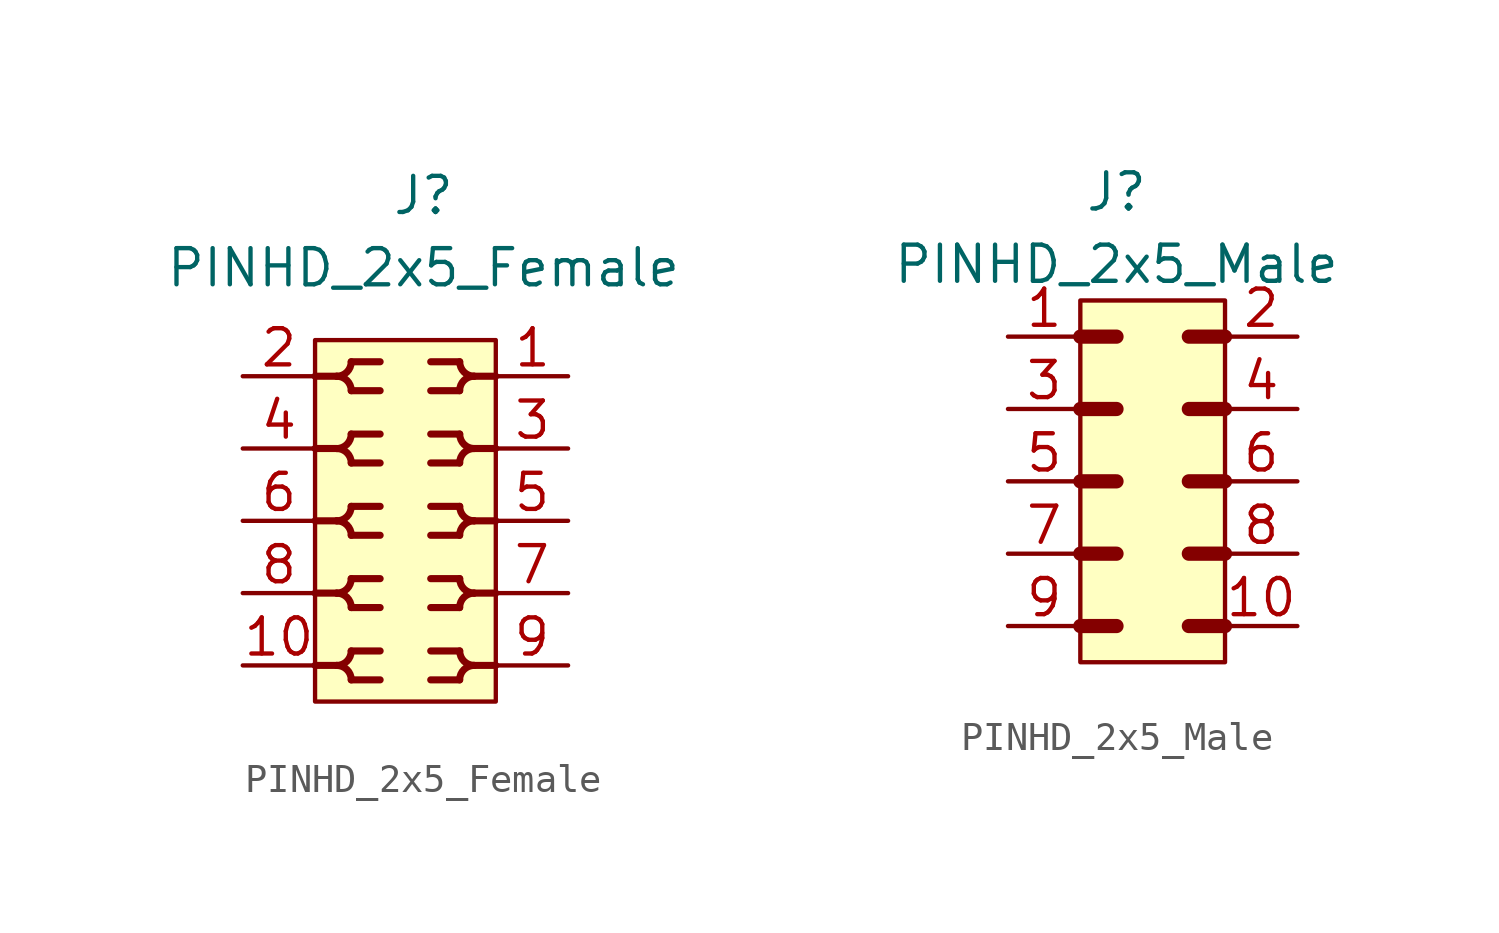
<source format=kicad_sym>
(kicad_symbol_lib
  (version 20211014)
  (generator kicad_symbol_editor)
  (symbol "PINHD_2x5_Female"
    (property "Reference" "J"
      (at 0 11.43 0)
      (effects (font (size 1.27 1.27))))
    (property "Value" "PINHD_2x5_Female"
      (at 0 8.89 0)
      (effects (font (size 1.27 1.27))))
    (symbol "PINHD_2x5_Female_0_1"
      (rectangle (start -3.81 6.35) (end 2.54 -6.35) (stroke (width 0) (type default) (color 0 0 0 0)) (fill (type background)))
      (arc (start -3.048 -5.08) (mid -2.1808 -5.4392) (end -2.54 -4.572) (stroke (width 0.25) (type default) (color 0 0 0 0)) (fill (type none)))
      (arc (start -3.048 -2.54) (mid -2.1808 -2.8992) (end -2.54 -2.032) (stroke (width 0.25) (type default) (color 0 0 0 0)) (fill (type none)))
      (arc (start -3.048 0) (mid -2.1808 -0.3592) (end -2.54 0.508) (stroke (width 0.25) (type default) (color 0 0 0 0)) (fill (type none)))
      (arc (start -3.048 2.54) (mid -2.1808 2.1808) (end -2.54 3.048) (stroke (width 0.25) (type default) (color 0 0 0 0)) (fill (type none)))
      (arc (start -3.048 5.08) (mid -2.1808 4.7208) (end -2.54 5.588) (stroke (width 0.25) (type default) (color 0 0 0 0)) (fill (type none)))
      (arc (start -2.54 -5.588) (mid -2.1808 -4.7208) (end -3.048 -5.08) (stroke (width 0.25) (type default) (color 0 0 0 0)) (fill (type none)))
      (arc (start -2.54 -3.048) (mid -2.1808 -2.1808) (end -3.048 -2.54) (stroke (width 0.25) (type default) (color 0 0 0 0)) (fill (type none)))
      (arc (start -2.54 -0.508) (mid -2.1808 0.3592) (end -3.048 0) (stroke (width 0.25) (type default) (color 0 0 0 0)) (fill (type none)))
      (arc (start -2.54 2.032) (mid -2.1808 2.8992) (end -3.048 2.54) (stroke (width 0.25) (type default) (color 0 0 0 0)) (fill (type none)))
      (arc (start -2.54 4.572) (mid -2.1808 5.4392) (end -3.048 5.08) (stroke (width 0.25) (type default) (color 0 0 0 0)) (fill (type none)))
      (polyline (pts (xy -3.81 -5.08) (xy -3.048 -5.08)) (stroke (width 0.25) (type default) (color 0 0 0 0)) (fill (type none)))
      (polyline (pts (xy -3.81 -2.54) (xy -3.048 -2.54)) (stroke (width 0.25) (type default) (color 0 0 0 0)) (fill (type none)))
      (polyline (pts (xy -3.81 0) (xy -3.048 0)) (stroke (width 0.25) (type default) (color 0 0 0 0)) (fill (type none)))
      (polyline (pts (xy -3.81 2.54) (xy -3.048 2.54)) (stroke (width 0.25) (type default) (color 0 0 0 0)) (fill (type none)))
      (polyline (pts (xy -3.81 5.08) (xy -3.048 5.08)) (stroke (width 0.25) (type default) (color 0 0 0 0)) (fill (type none)))
      (polyline (pts (xy -2.54 -5.588) (xy -1.524 -5.588)) (stroke (width 0.25) (type default) (color 0 0 0 0)) (fill (type none)))
      (polyline (pts (xy -2.54 -4.572) (xy -1.524 -4.572)) (stroke (width 0.25) (type default) (color 0 0 0 0)) (fill (type none)))
      (polyline (pts (xy -2.54 -3.048) (xy -1.524 -3.048)) (stroke (width 0.25) (type default) (color 0 0 0 0)) (fill (type none)))
      (polyline (pts (xy -2.54 -2.032) (xy -1.524 -2.032)) (stroke (width 0.25) (type default) (color 0 0 0 0)) (fill (type none)))
      (polyline (pts (xy -2.54 -0.508) (xy -1.524 -0.508)) (stroke (width 0.25) (type default) (color 0 0 0 0)) (fill (type none)))
      (polyline (pts (xy -2.54 0.508) (xy -1.524 0.508)) (stroke (width 0.25) (type default) (color 0 0 0 0)) (fill (type none)))
      (polyline (pts (xy -2.54 2.032) (xy -1.524 2.032)) (stroke (width 0.25) (type default) (color 0 0 0 0)) (fill (type none)))
      (polyline (pts (xy -2.54 3.048) (xy -1.524 3.048)) (stroke (width 0.25) (type default) (color 0 0 0 0)) (fill (type none)))
      (polyline (pts (xy -2.54 4.572) (xy -1.524 4.572)) (stroke (width 0.25) (type default) (color 0 0 0 0)) (fill (type none)))
      (polyline (pts (xy -2.54 5.588) (xy -1.524 5.588)) (stroke (width 0.25) (type default) (color 0 0 0 0)) (fill (type none)))
      (polyline (pts (xy 1.27 -5.588) (xy 0.254 -5.588)) (stroke (width 0.25) (type default) (color 0 0 0 0)) (fill (type none)))
      (polyline (pts (xy 1.27 -4.572) (xy 0.254 -4.572)) (stroke (width 0.25) (type default) (color 0 0 0 0)) (fill (type none)))
      (polyline (pts (xy 1.27 -3.048) (xy 0.254 -3.048)) (stroke (width 0.25) (type default) (color 0 0 0 0)) (fill (type none)))
      (polyline (pts (xy 1.27 -2.032) (xy 0.254 -2.032)) (stroke (width 0.25) (type default) (color 0 0 0 0)) (fill (type none)))
      (polyline (pts (xy 1.27 -0.508) (xy 0.254 -0.508)) (stroke (width 0.25) (type default) (color 0 0 0 0)) (fill (type none)))
      (polyline (pts (xy 1.27 0.508) (xy 0.254 0.508)) (stroke (width 0.25) (type default) (color 0 0 0 0)) (fill (type none)))
      (polyline (pts (xy 1.27 2.032) (xy 0.254 2.032)) (stroke (width 0.25) (type default) (color 0 0 0 0)) (fill (type none)))
      (polyline (pts (xy 1.27 3.048) (xy 0.254 3.048)) (stroke (width 0.25) (type default) (color 0 0 0 0)) (fill (type none)))
      (polyline (pts (xy 1.27 4.572) (xy 0.254 4.572)) (stroke (width 0.25) (type default) (color 0 0 0 0)) (fill (type none)))
      (polyline (pts (xy 1.27 5.588) (xy 0.254 5.588)) (stroke (width 0.25) (type default) (color 0 0 0 0)) (fill (type none)))
      (polyline (pts (xy 2.54 -5.08) (xy 1.778 -5.08)) (stroke (width 0.25) (type default) (color 0 0 0 0)) (fill (type none)))
      (polyline (pts (xy 2.54 -2.54) (xy 1.778 -2.54)) (stroke (width 0.25) (type default) (color 0 0 0 0)) (fill (type none)))
      (polyline (pts (xy 2.54 0) (xy 1.778 0)) (stroke (width 0.25) (type default) (color 0 0 0 0)) (fill (type none)))
      (polyline (pts (xy 2.54 2.54) (xy 1.778 2.54)) (stroke (width 0.25) (type default) (color 0 0 0 0)) (fill (type none)))
      (polyline (pts (xy 2.54 5.08) (xy 1.778 5.08)) (stroke (width 0.25) (type default) (color 0 0 0 0)) (fill (type none)))
      (arc (start 1.27 -4.572) (mid 0.9108 -5.4392) (end 1.778 -5.08) (stroke (width 0.25) (type default) (color 0 0 0 0)) (fill (type none)))
      (arc (start 1.27 -2.032) (mid 0.9108 -2.8992) (end 1.778 -2.54) (stroke (width 0.25) (type default) (color 0 0 0 0)) (fill (type none)))
      (arc (start 1.27 0.508) (mid 0.9108 -0.3592) (end 1.778 0) (stroke (width 0.25) (type default) (color 0 0 0 0)) (fill (type none)))
      (arc (start 1.27 3.048) (mid 0.9108 2.1808) (end 1.778 2.54) (stroke (width 0.25) (type default) (color 0 0 0 0)) (fill (type none)))
      (arc (start 1.27 5.588) (mid 0.9108 4.7208) (end 1.778 5.08) (stroke (width 0.25) (type default) (color 0 0 0 0)) (fill (type none)))
      (arc (start 1.778 -5.08) (mid 0.9108 -4.7208) (end 1.27 -5.588) (stroke (width 0.25) (type default) (color 0 0 0 0)) (fill (type none)))
      (arc (start 1.778 -2.54) (mid 0.9108 -2.1808) (end 1.27 -3.048) (stroke (width 0.25) (type default) (color 0 0 0 0)) (fill (type none)))
      (arc (start 1.778 0) (mid 0.9108 0.3592) (end 1.27 -0.508) (stroke (width 0.25) (type default) (color 0 0 0 0)) (fill (type none)))
      (arc (start 1.778 2.54) (mid 0.9108 2.8992) (end 1.27 2.032) (stroke (width 0.25) (type default) (color 0 0 0 0)) (fill (type none)))
      (arc (start 1.778 5.08) (mid 0.9108 5.4392) (end 1.27 4.572) (stroke (width 0.25) (type default) (color 0 0 0 0)) (fill (type none))))
    (symbol "PINHD_2x5_Female_1_1"
      (pin passive line (at 5.08 5.08 180) (length 2.5) (name "" (effects (font (size 0 0)))) (number "1" (effects (font (size 1.27 1.27)))))
      (pin passive line (at -6.35 -5.08 0) (length 2.54) (name "" (effects (font (size 1.27 1.27)))) (number "10" (effects (font (size 1.27 1.27)))))
      (pin passive line (at -6.35 5.08 0) (length 2.54) (name "" (effects (font (size 1.27 1.27)))) (number "2" (effects (font (size 1.27 1.27)))))
      (pin passive line (at 5.08 2.54 180) (length 2.5) (name "" (effects (font (size 0 0)))) (number "3" (effects (font (size 1.27 1.27)))))
      (pin passive line (at -6.35 2.54 0) (length 2.54) (name "" (effects (font (size 1.27 1.27)))) (number "4" (effects (font (size 1.27 1.27)))))
      (pin passive line (at 5.08 0 180) (length 2.54) (name "" (effects (font (size 1.27 1.27)))) (number "5" (effects (font (size 1.27 1.27)))))
      (pin passive line (at -6.35 0 0) (length 2.54) (name "" (effects (font (size 1.27 1.27)))) (number "6" (effects (font (size 1.27 1.27)))))
      (pin passive line (at 5.08 -2.54 180) (length 2.54) (name "" (effects (font (size 1.27 1.27)))) (number "7" (effects (font (size 1.27 1.27)))))
      (pin passive line (at -6.35 -2.54 0) (length 2.54) (name "" (effects (font (size 1.27 1.27)))) (number "8" (effects (font (size 1.27 1.27)))))
      (pin passive line (at 5.08 -5.08 180) (length 2.54) (name "" (effects (font (size 1.27 1.27)))) (number "9" (effects (font (size 1.27 1.27)))))))
  (symbol "PINHD_2x5_Male"
    (property "Reference" "J"
      (at -1.27 10.16 0)
      (effects (font (size 1.27 1.27))))
    (property "Value" "PINHD_2x5_Male"
      (at -1.27 7.62 0)
      (effects (font (size 1.27 1.27))))
    (symbol "PINHD_2x5_Male_0_1"
      (rectangle (start -2.54 6.35) (end 2.54 -6.35) (stroke (width 0) (type default) (color 0 0 0 0)) (fill (type background)))
      (polyline (pts (xy -2.54 -5.08) (xy -1.27 -5.08)) (stroke (width 0.5) (type default) (color 0 0 0 0)) (fill (type none)))
      (polyline (pts (xy -2.54 -2.54) (xy -1.27 -2.54)) (stroke (width 0.5) (type default) (color 0 0 0 0)) (fill (type none)))
      (polyline (pts (xy -2.54 0) (xy -1.27 0)) (stroke (width 0.5) (type default) (color 0 0 0 0)) (fill (type none)))
      (polyline (pts (xy -2.54 2.54) (xy -1.27 2.54)) (stroke (width 0.3) (type default) (color 0 0 0 0)) (fill (type none)))
      (polyline (pts (xy -2.54 2.54) (xy -1.27 2.54)) (stroke (width 0.5) (type default) (color 0 0 0 0)) (fill (type none)))
      (polyline (pts (xy -2.54 5.08) (xy -1.27 5.08)) (stroke (width 0.5) (type default) (color 0 0 0 0)) (fill (type none)))
      (polyline (pts (xy 1.27 -5.08) (xy 2.54 -5.08)) (stroke (width 0.5) (type default) (color 0 0 0 0)) (fill (type none)))
      (polyline (pts (xy 1.27 -2.54) (xy 2.54 -2.54)) (stroke (width 0.5) (type default) (color 0 0 0 0)) (fill (type none)))
      (polyline (pts (xy 1.27 0) (xy 2.54 0)) (stroke (width 0.5) (type default) (color 0 0 0 0)) (fill (type none)))
      (polyline (pts (xy 1.27 2.54) (xy 2.54 2.54)) (stroke (width 0.5) (type default) (color 0 0 0 0)) (fill (type none)))
      (polyline (pts (xy 1.27 5.08) (xy 2.54 5.08)) (stroke (width 0.5) (type default) (color 0 0 0 0)) (fill (type none))))
    (symbol "PINHD_2x5_Male_1_1"
      (pin passive line (at -5.08 5.08 0) (length 2.54) (name "" (effects (font (size 1.27 1.27)))) (number "1" (effects (font (size 1.27 1.27)))))
      (pin passive line (at 5.08 -5.08 180) (length 2.54) (name "" (effects (font (size 1.27 1.27)))) (number "10" (effects (font (size 1.27 1.27)))))
      (pin passive line (at 5.08 5.08 180) (length 2.54) (name "" (effects (font (size 1.27 1.27)))) (number "2" (effects (font (size 1.27 1.27)))))
      (pin passive line (at -5.08 2.54 0) (length 2.54) (name "" (effects (font (size 1.27 1.27)))) (number "3" (effects (font (size 1.27 1.27)))))
      (pin passive line (at 5.08 2.54 180) (length 2.54) (name "" (effects (font (size 1.27 1.27)))) (number "4" (effects (font (size 1.27 1.27)))))
      (pin passive line (at -5.08 0 0) (length 2.54) (name "" (effects (font (size 1.27 1.27)))) (number "5" (effects (font (size 1.27 1.27)))))
      (pin passive line (at 5.08 0 180) (length 2.54) (name "" (effects (font (size 1.27 1.27)))) (number "6" (effects (font (size 1.27 1.27)))))
      (pin passive line (at -5.08 -2.54 0) (length 2.54) (name "" (effects (font (size 1.27 1.27)))) (number "7" (effects (font (size 1.27 1.27)))))
      (pin passive line (at 5.08 -2.54 180) (length 2.54) (name "" (effects (font (size 1.27 1.27)))) (number "8" (effects (font (size 1.27 1.27)))))
      (pin passive line (at -5.08 -5.08 0) (length 2.54) (name "" (effects (font (size 1.27 1.27)))) (number "9" (effects (font (size 1.27 1.27))))))))
</source>
